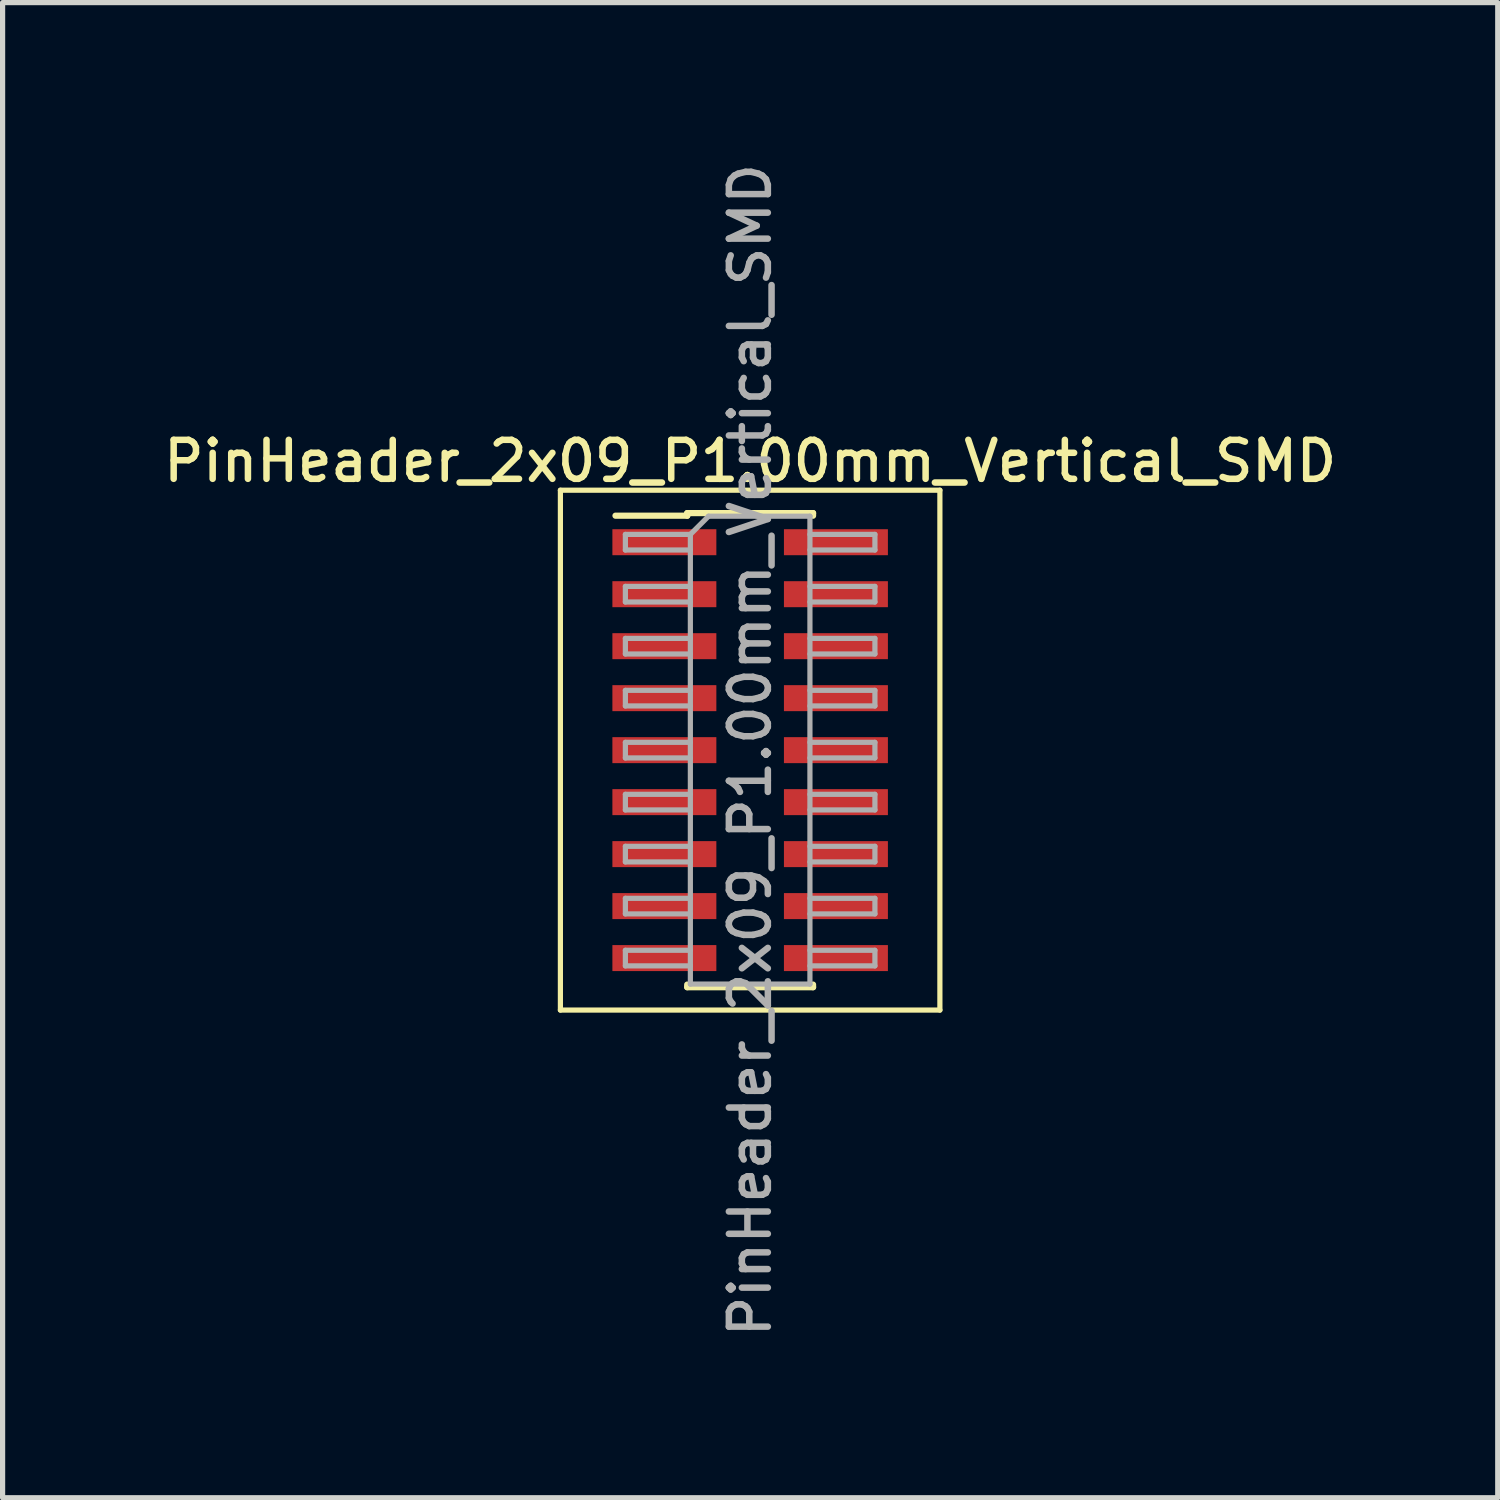
<source format=kicad_pcb>
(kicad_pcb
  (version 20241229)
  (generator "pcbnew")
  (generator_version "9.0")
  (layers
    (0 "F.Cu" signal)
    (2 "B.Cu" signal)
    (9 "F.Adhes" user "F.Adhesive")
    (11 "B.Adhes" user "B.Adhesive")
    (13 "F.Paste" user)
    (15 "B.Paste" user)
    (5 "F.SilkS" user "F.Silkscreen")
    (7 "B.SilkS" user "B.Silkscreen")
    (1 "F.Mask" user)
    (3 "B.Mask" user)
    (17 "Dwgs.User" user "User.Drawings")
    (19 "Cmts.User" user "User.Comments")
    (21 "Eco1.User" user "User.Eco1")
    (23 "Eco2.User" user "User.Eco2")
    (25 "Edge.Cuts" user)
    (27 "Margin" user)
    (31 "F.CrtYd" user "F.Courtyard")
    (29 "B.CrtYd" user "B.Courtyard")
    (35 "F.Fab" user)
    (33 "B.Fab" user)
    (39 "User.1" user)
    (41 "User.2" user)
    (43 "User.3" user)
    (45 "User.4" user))
  (footprint "PinHeader_2x09_P1.00mm_Vertical_SMD"
    (layer "F.Cu")
    (at 11.38 11.38)
    (property "Reference" "PinHeader_2x09_P1.00mm_Vertical_SMD" (at 0 -5.56 0) (layer "F.SilkS") (effects (font (size 0.75 0.75) (thickness 0.125))))
    (attr smd)
    (fp_line (start -3.65 -5) (end -3.65 5) (stroke (width 0.1) (type solid)) (layer "F.SilkS"))
    (fp_line (start -3.65 5) (end 3.65 5) (stroke (width 0.1) (type solid)) (layer "F.SilkS"))
    (fp_line (start -2.59 -4.51) (end -1.21 -4.51) (stroke (width 0.12) (type solid)) (layer "F.SilkS"))
    (fp_line (start -1.21 -4.56) (end -1.21 -4.51) (stroke (width 0.12) (type solid)) (layer "F.SilkS"))
    (fp_line (start -1.21 -4.56) (end 1.21 -4.56) (stroke (width 0.12) (type solid)) (layer "F.SilkS"))
    (fp_line (start -1.21 4.51) (end -1.21 4.56) (stroke (width 0.12) (type solid)) (layer "F.SilkS"))
    (fp_line (start -1.21 4.56) (end 1.21 4.56) (stroke (width 0.12) (type solid)) (layer "F.SilkS"))
    (fp_line (start 1.21 -4.56) (end 1.21 -4.51) (stroke (width 0.12) (type solid)) (layer "F.SilkS"))
    (fp_line (start 1.21 4.51) (end 1.21 4.56) (stroke (width 0.12) (type solid)) (layer "F.SilkS"))
    (fp_line (start 3.65 -5) (end -3.65 -5) (stroke (width 0.1) (type solid)) (layer "F.SilkS"))
    (fp_line (start 3.65 5) (end 3.65 -5) (stroke (width 0.1) (type solid)) (layer "F.SilkS"))
    (fp_line (start -2.4 -4.15) (end -2.4 -3.85) (stroke (width 0.1) (type solid)) (layer "F.Fab"))
    (fp_line (start -2.4 -3.85) (end -1.15 -3.85) (stroke (width 0.1) (type solid)) (layer "F.Fab"))
    (fp_line (start -2.4 -3.15) (end -2.4 -2.85) (stroke (width 0.1) (type solid)) (layer "F.Fab"))
    (fp_line (start -2.4 -2.85) (end -1.15 -2.85) (stroke (width 0.1) (type solid)) (layer "F.Fab"))
    (fp_line (start -2.4 -2.15) (end -2.4 -1.85) (stroke (width 0.1) (type solid)) (layer "F.Fab"))
    (fp_line (start -2.4 -1.85) (end -1.15 -1.85) (stroke (width 0.1) (type solid)) (layer "F.Fab"))
    (fp_line (start -2.4 -1.15) (end -2.4 -0.85) (stroke (width 0.1) (type solid)) (layer "F.Fab"))
    (fp_line (start -2.4 -0.85) (end -1.15 -0.85) (stroke (width 0.1) (type solid)) (layer "F.Fab"))
    (fp_line (start -2.4 -0.15) (end -2.4 0.15) (stroke (width 0.1) (type solid)) (layer "F.Fab"))
    (fp_line (start -2.4 0.15) (end -1.15 0.15) (stroke (width 0.1) (type solid)) (layer "F.Fab"))
    (fp_line (start -2.4 0.85) (end -2.4 1.15) (stroke (width 0.1) (type solid)) (layer "F.Fab"))
    (fp_line (start -2.4 1.15) (end -1.15 1.15) (stroke (width 0.1) (type solid)) (layer "F.Fab"))
    (fp_line (start -2.4 1.85) (end -2.4 2.15) (stroke (width 0.1) (type solid)) (layer "F.Fab"))
    (fp_line (start -2.4 2.15) (end -1.15 2.15) (stroke (width 0.1) (type solid)) (layer "F.Fab"))
    (fp_line (start -2.4 2.85) (end -2.4 3.15) (stroke (width 0.1) (type solid)) (layer "F.Fab"))
    (fp_line (start -2.4 3.15) (end -1.15 3.15) (stroke (width 0.1) (type solid)) (layer "F.Fab"))
    (fp_line (start -2.4 3.85) (end -2.4 4.15) (stroke (width 0.1) (type solid)) (layer "F.Fab"))
    (fp_line (start -2.4 4.15) (end -1.15 4.15) (stroke (width 0.1) (type solid)) (layer "F.Fab"))
    (fp_line (start -1.15 -4.15) (end -2.4 -4.15) (stroke (width 0.1) (type solid)) (layer "F.Fab"))
    (fp_line (start -1.15 -4.15) (end -0.8 -4.5) (stroke (width 0.1) (type solid)) (layer "F.Fab"))
    (fp_line (start -1.15 -3.15) (end -2.4 -3.15) (stroke (width 0.1) (type solid)) (layer "F.Fab"))
    (fp_line (start -1.15 -2.15) (end -2.4 -2.15) (stroke (width 0.1) (type solid)) (layer "F.Fab"))
    (fp_line (start -1.15 -1.15) (end -2.4 -1.15) (stroke (width 0.1) (type solid)) (layer "F.Fab"))
    (fp_line (start -1.15 -0.15) (end -2.4 -0.15) (stroke (width 0.1) (type solid)) (layer "F.Fab"))
    (fp_line (start -1.15 0.85) (end -2.4 0.85) (stroke (width 0.1) (type solid)) (layer "F.Fab"))
    (fp_line (start -1.15 1.85) (end -2.4 1.85) (stroke (width 0.1) (type solid)) (layer "F.Fab"))
    (fp_line (start -1.15 2.85) (end -2.4 2.85) (stroke (width 0.1) (type solid)) (layer "F.Fab"))
    (fp_line (start -1.15 3.85) (end -2.4 3.85) (stroke (width 0.1) (type solid)) (layer "F.Fab"))
    (fp_line (start -1.15 4.5) (end -1.15 -4.15) (stroke (width 0.1) (type solid)) (layer "F.Fab"))
    (fp_line (start -0.8 -4.5) (end 1.15 -4.5) (stroke (width 0.1) (type solid)) (layer "F.Fab"))
    (fp_line (start 1.15 -4.5) (end 1.15 4.5) (stroke (width 0.1) (type solid)) (layer "F.Fab"))
    (fp_line (start 1.15 -4.15) (end 2.4 -4.15) (stroke (width 0.1) (type solid)) (layer "F.Fab"))
    (fp_line (start 1.15 -3.15) (end 2.4 -3.15) (stroke (width 0.1) (type solid)) (layer "F.Fab"))
    (fp_line (start 1.15 -2.15) (end 2.4 -2.15) (stroke (width 0.1) (type solid)) (layer "F.Fab"))
    (fp_line (start 1.15 -1.15) (end 2.4 -1.15) (stroke (width 0.1) (type solid)) (layer "F.Fab"))
    (fp_line (start 1.15 -0.15) (end 2.4 -0.15) (stroke (width 0.1) (type solid)) (layer "F.Fab"))
    (fp_line (start 1.15 0.85) (end 2.4 0.85) (stroke (width 0.1) (type solid)) (layer "F.Fab"))
    (fp_line (start 1.15 1.85) (end 2.4 1.85) (stroke (width 0.1) (type solid)) (layer "F.Fab"))
    (fp_line (start 1.15 2.85) (end 2.4 2.85) (stroke (width 0.1) (type solid)) (layer "F.Fab"))
    (fp_line (start 1.15 3.85) (end 2.4 3.85) (stroke (width 0.1) (type solid)) (layer "F.Fab"))
    (fp_line (start 1.15 4.5) (end -1.15 4.5) (stroke (width 0.1) (type solid)) (layer "F.Fab"))
    (fp_line (start 2.4 -4.15) (end 2.4 -3.85) (stroke (width 0.1) (type solid)) (layer "F.Fab"))
    (fp_line (start 2.4 -3.85) (end 1.15 -3.85) (stroke (width 0.1) (type solid)) (layer "F.Fab"))
    (fp_line (start 2.4 -3.15) (end 2.4 -2.85) (stroke (width 0.1) (type solid)) (layer "F.Fab"))
    (fp_line (start 2.4 -2.85) (end 1.15 -2.85) (stroke (width 0.1) (type solid)) (layer "F.Fab"))
    (fp_line (start 2.4 -2.15) (end 2.4 -1.85) (stroke (width 0.1) (type solid)) (layer "F.Fab"))
    (fp_line (start 2.4 -1.85) (end 1.15 -1.85) (stroke (width 0.1) (type solid)) (layer "F.Fab"))
    (fp_line (start 2.4 -1.15) (end 2.4 -0.85) (stroke (width 0.1) (type solid)) (layer "F.Fab"))
    (fp_line (start 2.4 -0.85) (end 1.15 -0.85) (stroke (width 0.1) (type solid)) (layer "F.Fab"))
    (fp_line (start 2.4 -0.15) (end 2.4 0.15) (stroke (width 0.1) (type solid)) (layer "F.Fab"))
    (fp_line (start 2.4 0.15) (end 1.15 0.15) (stroke (width 0.1) (type solid)) (layer "F.Fab"))
    (fp_line (start 2.4 0.85) (end 2.4 1.15) (stroke (width 0.1) (type solid)) (layer "F.Fab"))
    (fp_line (start 2.4 1.15) (end 1.15 1.15) (stroke (width 0.1) (type solid)) (layer "F.Fab"))
    (fp_line (start 2.4 1.85) (end 2.4 2.15) (stroke (width 0.1) (type solid)) (layer "F.Fab"))
    (fp_line (start 2.4 2.15) (end 1.15 2.15) (stroke (width 0.1) (type solid)) (layer "F.Fab"))
    (fp_line (start 2.4 2.85) (end 2.4 3.15) (stroke (width 0.1) (type solid)) (layer "F.Fab"))
    (fp_line (start 2.4 3.15) (end 1.15 3.15) (stroke (width 0.1) (type solid)) (layer "F.Fab"))
    (fp_line (start 2.4 3.85) (end 2.4 4.15) (stroke (width 0.1) (type solid)) (layer "F.Fab"))
    (fp_line (start 2.4 4.15) (end 1.15 4.15) (stroke (width 0.1) (type solid)) (layer "F.Fab"))
    (fp_text user "${REFERENCE}" (at 0 0 90) (layer "F.Fab") (effects (font (size 0.75 0.75) (thickness 0.125))))
    (pad "1" smd rect (at -1.65 -4) (size 2 0.5) (layers "F.Cu" "F.Mask" "F.Paste"))
    (pad "2" smd rect (at 1.65 -4) (size 2 0.5) (layers "F.Cu" "F.Mask" "F.Paste"))
    (pad "3" smd rect (at -1.65 -3) (size 2 0.5) (layers "F.Cu" "F.Mask" "F.Paste"))
    (pad "4" smd rect (at 1.65 -3) (size 2 0.5) (layers "F.Cu" "F.Mask" "F.Paste"))
    (pad "5" smd rect (at -1.65 -2) (size 2 0.5) (layers "F.Cu" "F.Mask" "F.Paste"))
    (pad "6" smd rect (at 1.65 -2) (size 2 0.5) (layers "F.Cu" "F.Mask" "F.Paste"))
    (pad "7" smd rect (at -1.65 -1) (size 2 0.5) (layers "F.Cu" "F.Mask" "F.Paste"))
    (pad "8" smd rect (at 1.65 -1) (size 2 0.5) (layers "F.Cu" "F.Mask" "F.Paste"))
    (pad "9" smd rect (at -1.65 0) (size 2 0.5) (layers "F.Cu" "F.Mask" "F.Paste"))
    (pad "10" smd rect (at 1.65 0) (size 2 0.5) (layers "F.Cu" "F.Mask" "F.Paste"))
    (pad "11" smd rect (at -1.65 1) (size 2 0.5) (layers "F.Cu" "F.Mask" "F.Paste"))
    (pad "12" smd rect (at 1.65 1) (size 2 0.5) (layers "F.Cu" "F.Mask" "F.Paste"))
    (pad "13" smd rect (at -1.65 2) (size 2 0.5) (layers "F.Cu" "F.Mask" "F.Paste"))
    (pad "14" smd rect (at 1.65 2) (size 2 0.5) (layers "F.Cu" "F.Mask" "F.Paste"))
    (pad "15" smd rect (at -1.65 3) (size 2 0.5) (layers "F.Cu" "F.Mask" "F.Paste"))
    (pad "16" smd rect (at 1.65 3) (size 2 0.5) (layers "F.Cu" "F.Mask" "F.Paste"))
    (pad "17" smd rect (at -1.65 4) (size 2 0.5) (layers "F.Cu" "F.Mask" "F.Paste"))
    (pad "18" smd rect (at 1.65 4) (size 2 0.5) (layers "F.Cu" "F.Mask" "F.Paste")))
  (gr_rect
    (start -3 -3)
    (end 25.761 25.761)
    (stroke (width 0.1) (type default))
    (fill no)
    (layer "Edge.Cuts")))
</source>
